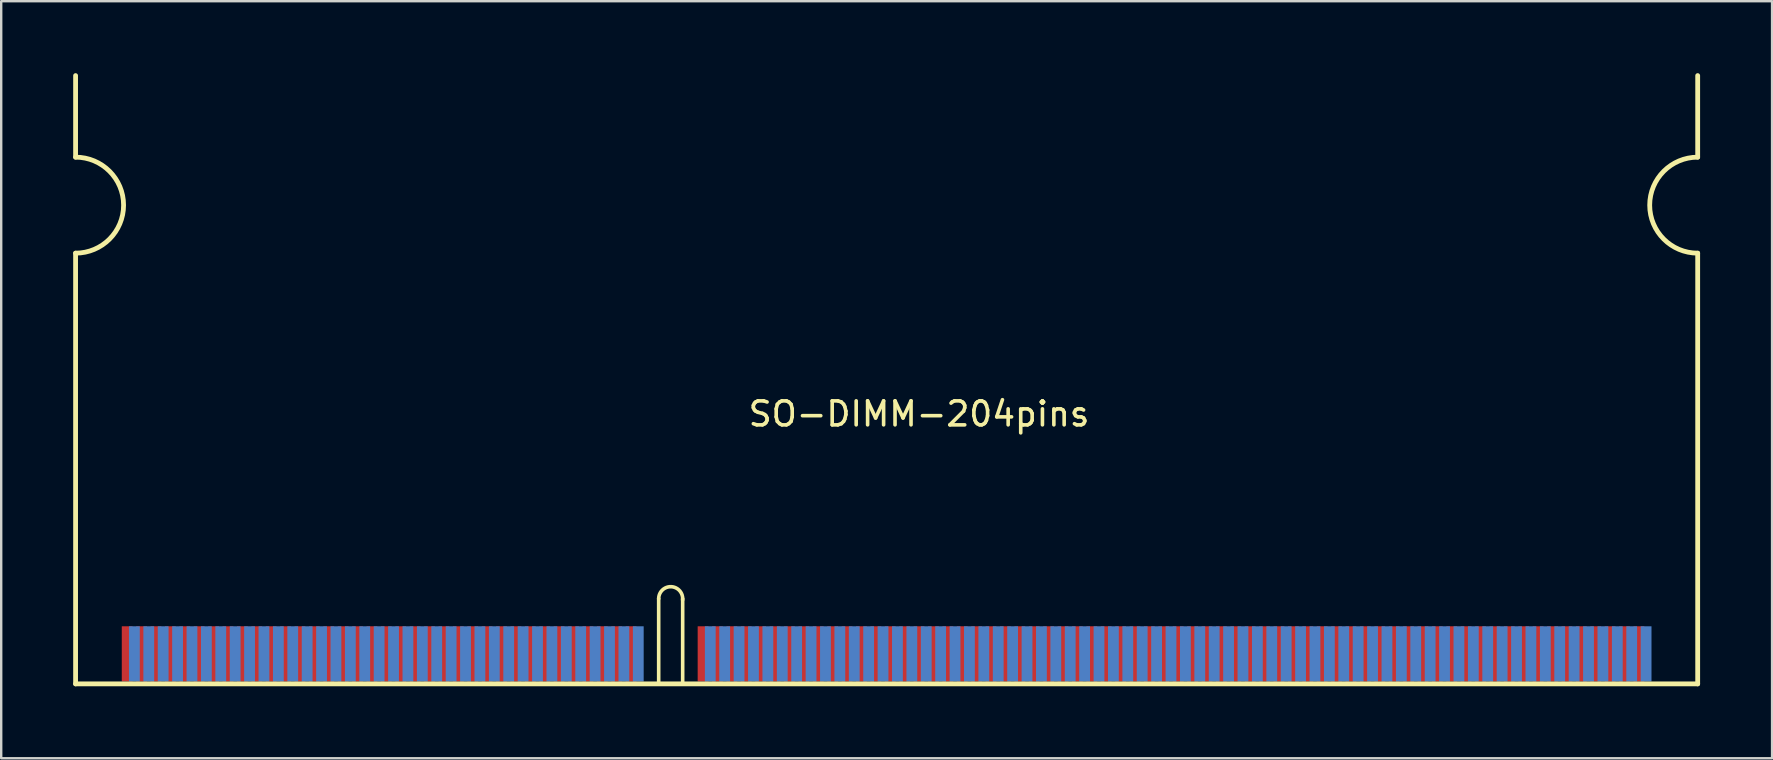
<source format=kicad_pcb>
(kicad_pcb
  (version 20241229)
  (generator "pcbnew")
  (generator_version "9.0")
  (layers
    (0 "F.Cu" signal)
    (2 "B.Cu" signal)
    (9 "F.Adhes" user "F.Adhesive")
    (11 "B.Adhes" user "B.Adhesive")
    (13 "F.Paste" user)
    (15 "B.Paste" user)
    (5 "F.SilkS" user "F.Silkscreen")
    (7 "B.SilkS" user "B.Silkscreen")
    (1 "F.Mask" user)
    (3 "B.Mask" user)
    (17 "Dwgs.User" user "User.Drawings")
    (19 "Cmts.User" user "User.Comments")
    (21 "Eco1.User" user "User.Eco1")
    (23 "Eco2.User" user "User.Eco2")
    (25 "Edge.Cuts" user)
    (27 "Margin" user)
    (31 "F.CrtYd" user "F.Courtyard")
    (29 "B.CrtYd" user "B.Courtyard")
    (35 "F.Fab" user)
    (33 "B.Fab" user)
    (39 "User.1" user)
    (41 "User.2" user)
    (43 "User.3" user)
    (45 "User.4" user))
  (footprint "SO-DIMM-204pins"
    (layer "F.Cu")
    (at 2.25 24.2)
    (property "Reference" "SO-DIMM-204pins" (at 33 -10 0) (layer "F.SilkS") (effects (font (size 1 1) (thickness 0.15))))
    (attr through_hole)
    (fp_line (start -2.15 -20.7) (end -2.15 -24.1) (stroke (width 0.2) (type solid)) (layer "F.SilkS"))
    (fp_line (start -2.15 1.25) (end -2.15 -16.7) (stroke (width 0.2) (type solid)) (layer "F.SilkS"))
    (fp_line (start -2.15 1.25) (end 65.45 1.25) (stroke (width 0.2) (type solid)) (layer "F.SilkS"))
    (fp_line (start 22.15 1.2) (end 22.15 -2.3) (stroke (width 0.15) (type solid)) (layer "F.SilkS"))
    (fp_line (start 23.15 1.2) (end 23.15 -2.3) (stroke (width 0.15) (type solid)) (layer "F.SilkS"))
    (fp_line (start 65.45 -20.7) (end 65.45 -24.1) (stroke (width 0.2) (type solid)) (layer "F.SilkS"))
    (fp_line (start 65.45 1.25) (end 65.45 -16.7) (stroke (width 0.2) (type solid)) (layer "F.SilkS"))
    (fp_arc (start -2.15 -20.7) (mid -0.15 -18.7) (end -2.15 -16.7) (stroke (width 0.2) (type solid)) (layer "F.SilkS"))
    (fp_arc (start 22.15 -2.3) (mid 22.674861 -2.799382) (end 23.147528 -2.25034) (stroke (width 0.15) (type solid)) (layer "F.SilkS"))
    (fp_arc (start 65.45 -16.7) (mid 63.45 -18.7) (end 65.45 -20.7) (stroke (width 0.2) (type solid)) (layer "F.SilkS"))
    (pad "1" smd rect (at 0 0) (size 0.45 2.3) (layers "F.Cu" "F.Mask" "F.Paste"))
    (pad "2" smd rect (at 0.3 0) (size 0.45 2.3) (layers "B.Cu" "B.Mask" "B.Paste"))
    (pad "3" smd rect (at 0.6 0) (size 0.45 2.3) (layers "F.Cu" "F.Mask" "F.Paste"))
    (pad "4" smd rect (at 0.9 0) (size 0.45 2.3) (layers "B.Cu" "B.Mask" "B.Paste"))
    (pad "5" smd rect (at 1.2 0) (size 0.45 2.3) (layers "F.Cu" "F.Mask" "F.Paste"))
    (pad "6" smd rect (at 1.5 0) (size 0.45 2.3) (layers "B.Cu" "B.Mask" "B.Paste"))
    (pad "7" smd rect (at 1.8 0) (size 0.45 2.3) (layers "F.Cu" "F.Mask" "F.Paste"))
    (pad "8" smd rect (at 2.1 0) (size 0.45 2.3) (layers "B.Cu" "B.Mask" "B.Paste"))
    (pad "9" smd rect (at 2.4 0) (size 0.45 2.3) (layers "F.Cu" "F.Mask" "F.Paste"))
    (pad "10" smd rect (at 2.7 0) (size 0.45 2.3) (layers "B.Cu" "B.Mask" "B.Paste"))
    (pad "11" smd rect (at 3 0) (size 0.45 2.3) (layers "F.Cu" "F.Mask" "F.Paste"))
    (pad "12" smd rect (at 3.3 0) (size 0.45 2.3) (layers "B.Cu" "B.Mask" "B.Paste"))
    (pad "13" smd rect (at 3.6 0) (size 0.45 2.3) (layers "F.Cu" "F.Mask" "F.Paste"))
    (pad "14" smd rect (at 3.9 0) (size 0.45 2.3) (layers "B.Cu" "B.Mask" "B.Paste"))
    (pad "15" smd rect (at 4.2 0) (size 0.45 2.3) (layers "F.Cu" "F.Mask" "F.Paste"))
    (pad "16" smd rect (at 4.5 0) (size 0.45 2.3) (layers "B.Cu" "B.Mask" "B.Paste"))
    (pad "17" smd rect (at 4.8 0) (size 0.45 2.3) (layers "F.Cu" "F.Mask" "F.Paste"))
    (pad "18" smd rect (at 5.1 0) (size 0.45 2.3) (layers "B.Cu" "B.Mask" "B.Paste"))
    (pad "19" smd rect (at 5.4 0) (size 0.45 2.3) (layers "F.Cu" "F.Mask" "F.Paste"))
    (pad "20" smd rect (at 5.7 0) (size 0.45 2.3) (layers "B.Cu" "B.Mask" "B.Paste"))
    (pad "21" smd rect (at 6 0) (size 0.45 2.3) (layers "F.Cu" "F.Mask" "F.Paste"))
    (pad "22" smd rect (at 6.3 0) (size 0.45 2.3) (layers "B.Cu" "B.Mask" "B.Paste"))
    (pad "23" smd rect (at 6.6 0) (size 0.45 2.3) (layers "F.Cu" "F.Mask" "F.Paste"))
    (pad "24" smd rect (at 6.9 0) (size 0.45 2.3) (layers "B.Cu" "B.Mask" "B.Paste"))
    (pad "25" smd rect (at 7.2 0) (size 0.45 2.3) (layers "F.Cu" "F.Mask" "F.Paste"))
    (pad "26" smd rect (at 7.5 0) (size 0.45 2.3) (layers "B.Cu" "B.Mask" "B.Paste"))
    (pad "27" smd rect (at 7.8 0) (size 0.45 2.3) (layers "F.Cu" "F.Mask" "F.Paste"))
    (pad "28" smd rect (at 8.1 0) (size 0.45 2.3) (layers "B.Cu" "B.Mask" "B.Paste"))
    (pad "29" smd rect (at 8.4 0) (size 0.45 2.3) (layers "F.Cu" "F.Mask" "F.Paste"))
    (pad "30" smd rect (at 8.7 0) (size 0.45 2.3) (layers "B.Cu" "B.Mask" "B.Paste"))
    (pad "31" smd rect (at 9 0) (size 0.45 2.3) (layers "F.Cu" "F.Mask" "F.Paste"))
    (pad "32" smd rect (at 9.3 0) (size 0.45 2.3) (layers "B.Cu" "B.Mask" "B.Paste"))
    (pad "33" smd rect (at 9.6 0) (size 0.45 2.3) (layers "F.Cu" "F.Mask" "F.Paste"))
    (pad "34" smd rect (at 9.9 0) (size 0.45 2.3) (layers "B.Cu" "B.Mask" "B.Paste"))
    (pad "35" smd rect (at 10.2 0) (size 0.45 2.3) (layers "F.Cu" "F.Mask" "F.Paste"))
    (pad "36" smd rect (at 10.5 0) (size 0.45 2.3) (layers "B.Cu" "B.Mask" "B.Paste"))
    (pad "37" smd rect (at 10.8 0) (size 0.45 2.3) (layers "F.Cu" "F.Mask" "F.Paste"))
    (pad "38" smd rect (at 11.1 0) (size 0.45 2.3) (layers "B.Cu" "B.Mask" "B.Paste"))
    (pad "39" smd rect (at 11.4 0) (size 0.45 2.3) (layers "F.Cu" "F.Mask" "F.Paste"))
    (pad "40" smd rect (at 11.7 0) (size 0.45 2.3) (layers "B.Cu" "B.Mask" "B.Paste"))
    (pad "41" smd rect (at 12 0) (size 0.45 2.3) (layers "F.Cu" "F.Mask" "F.Paste"))
    (pad "42" smd rect (at 12.3 0) (size 0.45 2.3) (layers "B.Cu" "B.Mask" "B.Paste"))
    (pad "43" smd rect (at 12.6 0) (size 0.45 2.3) (layers "F.Cu" "F.Mask" "F.Paste"))
    (pad "44" smd rect (at 12.9 0) (size 0.45 2.3) (layers "B.Cu" "B.Mask" "B.Paste"))
    (pad "45" smd rect (at 13.2 0) (size 0.45 2.3) (layers "F.Cu" "F.Mask" "F.Paste"))
    (pad "46" smd rect (at 13.5 0) (size 0.45 2.3) (layers "B.Cu" "B.Mask" "B.Paste"))
    (pad "47" smd rect (at 13.8 0) (size 0.45 2.3) (layers "F.Cu" "F.Mask" "F.Paste"))
    (pad "48" smd rect (at 14.1 0) (size 0.45 2.3) (layers "B.Cu" "B.Mask" "B.Paste"))
    (pad "49" smd rect (at 14.4 0) (size 0.45 2.3) (layers "F.Cu" "F.Mask" "F.Paste"))
    (pad "50" smd rect (at 14.7 0) (size 0.45 2.3) (layers "B.Cu" "B.Mask" "B.Paste"))
    (pad "51" smd rect (at 15 0) (size 0.45 2.3) (layers "F.Cu" "F.Mask" "F.Paste"))
    (pad "52" smd rect (at 15.3 0) (size 0.45 2.3) (layers "B.Cu" "B.Mask" "B.Paste"))
    (pad "53" smd rect (at 15.6 0) (size 0.45 2.3) (layers "F.Cu" "F.Mask" "F.Paste"))
    (pad "54" smd rect (at 15.9 0) (size 0.45 2.3) (layers "B.Cu" "B.Mask" "B.Paste"))
    (pad "55" smd rect (at 16.2 0) (size 0.45 2.3) (layers "F.Cu" "F.Mask" "F.Paste"))
    (pad "56" smd rect (at 16.5 0) (size 0.45 2.3) (layers "B.Cu" "B.Mask" "B.Paste"))
    (pad "57" smd rect (at 16.8 0) (size 0.45 2.3) (layers "F.Cu" "F.Mask" "F.Paste"))
    (pad "58" smd rect (at 17.1 0) (size 0.45 2.3) (layers "B.Cu" "B.Mask" "B.Paste"))
    (pad "59" smd rect (at 17.4 0) (size 0.45 2.3) (layers "F.Cu" "F.Mask" "F.Paste"))
    (pad "60" smd rect (at 17.7 0) (size 0.45 2.3) (layers "B.Cu" "B.Mask" "B.Paste"))
    (pad "61" smd rect (at 18 0) (size 0.45 2.3) (layers "F.Cu" "F.Mask" "F.Paste"))
    (pad "62" smd rect (at 18.3 0) (size 0.45 2.3) (layers "B.Cu" "B.Mask" "B.Paste"))
    (pad "63" smd rect (at 18.6 0) (size 0.45 2.3) (layers "F.Cu" "F.Mask" "F.Paste"))
    (pad "64" smd rect (at 18.9 0) (size 0.45 2.3) (layers "B.Cu" "B.Mask" "B.Paste"))
    (pad "65" smd rect (at 19.2 0) (size 0.45 2.3) (layers "F.Cu" "F.Mask" "F.Paste"))
    (pad "66" smd rect (at 19.5 0) (size 0.45 2.3) (layers "B.Cu" "B.Mask" "B.Paste"))
    (pad "67" smd rect (at 19.8 0) (size 0.45 2.3) (layers "F.Cu" "F.Mask" "F.Paste"))
    (pad "68" smd rect (at 20.1 0) (size 0.45 2.3) (layers "B.Cu" "B.Mask" "B.Paste"))
    (pad "69" smd rect (at 20.4 0) (size 0.45 2.3) (layers "F.Cu" "F.Mask" "F.Paste"))
    (pad "70" smd rect (at 20.7 0) (size 0.45 2.3) (layers "B.Cu" "B.Mask" "B.Paste"))
    (pad "71" smd rect (at 21 0) (size 0.45 2.3) (layers "F.Cu" "F.Mask" "F.Paste"))
    (pad "72" smd rect (at 21.3 0) (size 0.45 2.3) (layers "B.Cu" "B.Mask" "B.Paste"))
    (pad "73" smd rect (at 24 0) (size 0.45 2.3) (layers "F.Cu" "F.Mask" "F.Paste"))
    (pad "74" smd rect (at 24.3 0) (size 0.45 2.3) (layers "B.Cu" "B.Mask" "B.Paste"))
    (pad "75" smd rect (at 24.6 0) (size 0.45 2.3) (layers "F.Cu" "F.Mask" "F.Paste"))
    (pad "76" smd rect (at 24.9 0) (size 0.45 2.3) (layers "B.Cu" "B.Mask" "B.Paste"))
    (pad "77" smd rect (at 25.2 0) (size 0.45 2.3) (layers "F.Cu" "F.Mask" "F.Paste"))
    (pad "78" smd rect (at 25.5 0) (size 0.45 2.3) (layers "B.Cu" "B.Mask" "B.Paste"))
    (pad "79" smd rect (at 25.8 0) (size 0.45 2.3) (layers "F.Cu" "F.Mask" "F.Paste"))
    (pad "80" smd rect (at 26.1 0) (size 0.45 2.3) (layers "B.Cu" "B.Mask" "B.Paste"))
    (pad "81" smd rect (at 26.4 0) (size 0.45 2.3) (layers "F.Cu" "F.Mask" "F.Paste"))
    (pad "82" smd rect (at 26.7 0) (size 0.45 2.3) (layers "B.Cu" "B.Mask" "B.Paste"))
    (pad "83" smd rect (at 27 0) (size 0.45 2.3) (layers "F.Cu" "F.Mask" "F.Paste"))
    (pad "84" smd rect (at 27.3 0) (size 0.45 2.3) (layers "B.Cu" "B.Mask" "B.Paste"))
    (pad "85" smd rect (at 27.6 0) (size 0.45 2.3) (layers "F.Cu" "F.Mask" "F.Paste"))
    (pad "86" smd rect (at 27.9 0) (size 0.45 2.3) (layers "B.Cu" "B.Mask" "B.Paste"))
    (pad "87" smd rect (at 28.2 0) (size 0.45 2.3) (layers "F.Cu" "F.Mask" "F.Paste"))
    (pad "88" smd rect (at 28.5 0) (size 0.45 2.3) (layers "B.Cu" "B.Mask" "B.Paste"))
    (pad "89" smd rect (at 28.8 0) (size 0.45 2.3) (layers "F.Cu" "F.Mask" "F.Paste"))
    (pad "90" smd rect (at 29.1 0) (size 0.45 2.3) (layers "B.Cu" "B.Mask" "B.Paste"))
    (pad "91" smd rect (at 29.4 0) (size 0.45 2.3) (layers "F.Cu" "F.Mask" "F.Paste"))
    (pad "92" smd rect (at 29.7 0) (size 0.45 2.3) (layers "B.Cu" "B.Mask" "B.Paste"))
    (pad "93" smd rect (at 30 0) (size 0.45 2.3) (layers "F.Cu" "F.Mask" "F.Paste"))
    (pad "94" smd rect (at 30.3 0) (size 0.45 2.3) (layers "B.Cu" "B.Mask" "B.Paste"))
    (pad "95" smd rect (at 30.6 0) (size 0.45 2.3) (layers "F.Cu" "F.Mask" "F.Paste"))
    (pad "96" smd rect (at 30.9 0) (size 0.45 2.3) (layers "B.Cu" "B.Mask" "B.Paste"))
    (pad "97" smd rect (at 31.2 0) (size 0.45 2.3) (layers "F.Cu" "F.Mask" "F.Paste"))
    (pad "98" smd rect (at 31.5 0) (size 0.45 2.3) (layers "B.Cu" "B.Mask" "B.Paste"))
    (pad "99" smd rect (at 31.8 0) (size 0.45 2.3) (layers "F.Cu" "F.Mask" "F.Paste"))
    (pad "100" smd rect (at 32.1 0) (size 0.45 2.3) (layers "B.Cu" "B.Mask" "B.Paste"))
    (pad "101" smd rect (at 32.4 0) (size 0.45 2.3) (layers "F.Cu" "F.Mask" "F.Paste"))
    (pad "102" smd rect (at 32.7 0) (size 0.45 2.3) (layers "B.Cu" "B.Mask" "B.Paste"))
    (pad "103" smd rect (at 33 0) (size 0.45 2.3) (layers "F.Cu" "F.Mask" "F.Paste"))
    (pad "104" smd rect (at 33.3 0) (size 0.45 2.3) (layers "B.Cu" "B.Mask" "B.Paste"))
    (pad "105" smd rect (at 33.6 0) (size 0.45 2.3) (layers "F.Cu" "F.Mask" "F.Paste"))
    (pad "106" smd rect (at 33.9 0) (size 0.45 2.3) (layers "B.Cu" "B.Mask" "B.Paste"))
    (pad "107" smd rect (at 34.2 0) (size 0.45 2.3) (layers "F.Cu" "F.Mask" "F.Paste"))
    (pad "108" smd rect (at 34.5 0) (size 0.45 2.3) (layers "B.Cu" "B.Mask" "B.Paste"))
    (pad "109" smd rect (at 34.8 0) (size 0.45 2.3) (layers "F.Cu" "F.Mask" "F.Paste"))
    (pad "110" smd rect (at 35.1 0) (size 0.45 2.3) (layers "B.Cu" "B.Mask" "B.Paste"))
    (pad "111" smd rect (at 35.4 0) (size 0.45 2.3) (layers "F.Cu" "F.Mask" "F.Paste"))
    (pad "112" smd rect (at 35.7 0) (size 0.45 2.3) (layers "B.Cu" "B.Mask" "B.Paste"))
    (pad "113" smd rect (at 36 0) (size 0.45 2.3) (layers "F.Cu" "F.Mask" "F.Paste"))
    (pad "114" smd rect (at 36.3 0) (size 0.45 2.3) (layers "B.Cu" "B.Mask" "B.Paste"))
    (pad "115" smd rect (at 36.6 0) (size 0.45 2.3) (layers "F.Cu" "F.Mask" "F.Paste"))
    (pad "116" smd rect (at 36.9 0) (size 0.45 2.3) (layers "B.Cu" "B.Mask" "B.Paste"))
    (pad "117" smd rect (at 37.2 0) (size 0.45 2.3) (layers "F.Cu" "F.Mask" "F.Paste"))
    (pad "118" smd rect (at 37.5 0) (size 0.45 2.3) (layers "B.Cu" "B.Mask" "B.Paste"))
    (pad "119" smd rect (at 37.8 0) (size 0.45 2.3) (layers "F.Cu" "F.Mask" "F.Paste"))
    (pad "120" smd rect (at 38.1 0) (size 0.45 2.3) (layers "B.Cu" "B.Mask" "B.Paste"))
    (pad "121" smd rect (at 38.4 0) (size 0.45 2.3) (layers "F.Cu" "F.Mask" "F.Paste"))
    (pad "122" smd rect (at 38.7 0) (size 0.45 2.3) (layers "B.Cu" "B.Mask" "B.Paste"))
    (pad "123" smd rect (at 39 0) (size 0.45 2.3) (layers "F.Cu" "F.Mask" "F.Paste"))
    (pad "124" smd rect (at 39.3 0) (size 0.45 2.3) (layers "B.Cu" "B.Mask" "B.Paste"))
    (pad "125" smd rect (at 39.6 0) (size 0.45 2.3) (layers "F.Cu" "F.Mask" "F.Paste"))
    (pad "126" smd rect (at 39.9 0) (size 0.45 2.3) (layers "B.Cu" "B.Mask" "B.Paste"))
    (pad "127" smd rect (at 40.2 0) (size 0.45 2.3) (layers "F.Cu" "F.Mask" "F.Paste"))
    (pad "128" smd rect (at 40.5 0) (size 0.45 2.3) (layers "B.Cu" "B.Mask" "B.Paste"))
    (pad "129" smd rect (at 40.8 0) (size 0.45 2.3) (layers "F.Cu" "F.Mask" "F.Paste"))
    (pad "130" smd rect (at 41.1 0) (size 0.45 2.3) (layers "B.Cu" "B.Mask" "B.Paste"))
    (pad "131" smd rect (at 41.4 0) (size 0.45 2.3) (layers "F.Cu" "F.Mask" "F.Paste"))
    (pad "132" smd rect (at 41.7 0) (size 0.45 2.3) (layers "B.Cu" "B.Mask" "B.Paste"))
    (pad "133" smd rect (at 42 0) (size 0.45 2.3) (layers "F.Cu" "F.Mask" "F.Paste"))
    (pad "134" smd rect (at 42.3 0) (size 0.45 2.3) (layers "B.Cu" "B.Mask" "B.Paste"))
    (pad "135" smd rect (at 42.6 0) (size 0.45 2.3) (layers "F.Cu" "F.Mask" "F.Paste"))
    (pad "136" smd rect (at 42.9 0) (size 0.45 2.3) (layers "B.Cu" "B.Mask" "B.Paste"))
    (pad "137" smd rect (at 43.2 0) (size 0.45 2.3) (layers "F.Cu" "F.Mask" "F.Paste"))
    (pad "138" smd rect (at 43.5 0) (size 0.45 2.3) (layers "B.Cu" "B.Mask" "B.Paste"))
    (pad "139" smd rect (at 43.8 0) (size 0.45 2.3) (layers "F.Cu" "F.Mask" "F.Paste"))
    (pad "140" smd rect (at 44.1 0) (size 0.45 2.3) (layers "B.Cu" "B.Mask" "B.Paste"))
    (pad "141" smd rect (at 44.4 0) (size 0.45 2.3) (layers "F.Cu" "F.Mask" "F.Paste"))
    (pad "142" smd rect (at 44.7 0) (size 0.45 2.3) (layers "B.Cu" "B.Mask" "B.Paste"))
    (pad "143" smd rect (at 45 0) (size 0.45 2.3) (layers "F.Cu" "F.Mask" "F.Paste"))
    (pad "144" smd rect (at 45.3 0) (size 0.45 2.3) (layers "B.Cu" "B.Mask" "B.Paste"))
    (pad "145" smd rect (at 45.6 0) (size 0.45 2.3) (layers "F.Cu" "F.Mask" "F.Paste"))
    (pad "146" smd rect (at 45.9 0) (size 0.45 2.3) (layers "B.Cu" "B.Mask" "B.Paste"))
    (pad "147" smd rect (at 46.2 0) (size 0.45 2.3) (layers "F.Cu" "F.Mask" "F.Paste"))
    (pad "148" smd rect (at 46.5 0) (size 0.45 2.3) (layers "B.Cu" "B.Mask" "B.Paste"))
    (pad "149" smd rect (at 46.8 0) (size 0.45 2.3) (layers "F.Cu" "F.Mask" "F.Paste"))
    (pad "150" smd rect (at 47.1 0) (size 0.45 2.3) (layers "B.Cu" "B.Mask" "B.Paste"))
    (pad "151" smd rect (at 47.4 0) (size 0.45 2.3) (layers "F.Cu" "F.Mask" "F.Paste"))
    (pad "152" smd rect (at 47.7 0) (size 0.45 2.3) (layers "B.Cu" "B.Mask" "B.Paste"))
    (pad "153" smd rect (at 48 0) (size 0.45 2.3) (layers "F.Cu" "F.Mask" "F.Paste"))
    (pad "154" smd rect (at 48.3 0) (size 0.45 2.3) (layers "B.Cu" "B.Mask" "B.Paste"))
    (pad "155" smd rect (at 48.6 0) (size 0.45 2.3) (layers "F.Cu" "F.Mask" "F.Paste"))
    (pad "156" smd rect (at 48.9 0) (size 0.45 2.3) (layers "B.Cu" "B.Mask" "B.Paste"))
    (pad "157" smd rect (at 49.2 0) (size 0.45 2.3) (layers "F.Cu" "F.Mask" "F.Paste"))
    (pad "158" smd rect (at 49.5 0) (size 0.45 2.3) (layers "B.Cu" "B.Mask" "B.Paste"))
    (pad "159" smd rect (at 49.8 0) (size 0.45 2.3) (layers "F.Cu" "F.Mask" "F.Paste"))
    (pad "160" smd rect (at 50.1 0) (size 0.45 2.3) (layers "B.Cu" "B.Mask" "B.Paste"))
    (pad "161" smd rect (at 50.4 0) (size 0.45 2.3) (layers "F.Cu" "F.Mask" "F.Paste"))
    (pad "162" smd rect (at 50.7 0) (size 0.45 2.3) (layers "B.Cu" "B.Mask" "B.Paste"))
    (pad "163" smd rect (at 51 0) (size 0.45 2.3) (layers "F.Cu" "F.Mask" "F.Paste"))
    (pad "164" smd rect (at 51.3 0) (size 0.45 2.3) (layers "B.Cu" "B.Mask" "B.Paste"))
    (pad "165" smd rect (at 51.6 0) (size 0.45 2.3) (layers "F.Cu" "F.Mask" "F.Paste"))
    (pad "166" smd rect (at 51.9 0) (size 0.45 2.3) (layers "B.Cu" "B.Mask" "B.Paste"))
    (pad "167" smd rect (at 52.2 0) (size 0.45 2.3) (layers "F.Cu" "F.Mask" "F.Paste"))
    (pad "168" smd rect (at 52.5 0) (size 0.45 2.3) (layers "B.Cu" "B.Mask" "B.Paste"))
    (pad "169" smd rect (at 52.8 0) (size 0.45 2.3) (layers "F.Cu" "F.Mask" "F.Paste"))
    (pad "170" smd rect (at 53.1 0) (size 0.45 2.3) (layers "B.Cu" "B.Mask" "B.Paste"))
    (pad "171" smd rect (at 53.4 0) (size 0.45 2.3) (layers "F.Cu" "F.Mask" "F.Paste"))
    (pad "172" smd rect (at 53.7 0) (size 0.45 2.3) (layers "B.Cu" "B.Mask" "B.Paste"))
    (pad "173" smd rect (at 54 0) (size 0.45 2.3) (layers "F.Cu" "F.Mask" "F.Paste"))
    (pad "174" smd rect (at 54.3 0) (size 0.45 2.3) (layers "B.Cu" "B.Mask" "B.Paste"))
    (pad "175" smd rect (at 54.6 0) (size 0.45 2.3) (layers "F.Cu" "F.Mask" "F.Paste"))
    (pad "176" smd rect (at 54.9 0) (size 0.45 2.3) (layers "B.Cu" "B.Mask" "B.Paste"))
    (pad "177" smd rect (at 55.2 0) (size 0.45 2.3) (layers "F.Cu" "F.Mask" "F.Paste"))
    (pad "178" smd rect (at 55.5 0) (size 0.45 2.3) (layers "B.Cu" "B.Mask" "B.Paste"))
    (pad "179" smd rect (at 55.8 0) (size 0.45 2.3) (layers "F.Cu" "F.Mask" "F.Paste"))
    (pad "180" smd rect (at 56.1 0) (size 0.45 2.3) (layers "B.Cu" "B.Mask" "B.Paste"))
    (pad "181" smd rect (at 56.4 0) (size 0.45 2.3) (layers "F.Cu" "F.Mask" "F.Paste"))
    (pad "182" smd rect (at 56.7 0) (size 0.45 2.3) (layers "B.Cu" "B.Mask" "B.Paste"))
    (pad "183" smd rect (at 57 0) (size 0.45 2.3) (layers "F.Cu" "F.Mask" "F.Paste"))
    (pad "184" smd rect (at 57.3 0) (size 0.45 2.3) (layers "B.Cu" "B.Mask" "B.Paste"))
    (pad "185" smd rect (at 57.6 0) (size 0.45 2.3) (layers "F.Cu" "F.Mask" "F.Paste"))
    (pad "186" smd rect (at 57.9 0) (size 0.45 2.3) (layers "B.Cu" "B.Mask" "B.Paste"))
    (pad "187" smd rect (at 58.2 0) (size 0.45 2.3) (layers "F.Cu" "F.Mask" "F.Paste"))
    (pad "188" smd rect (at 58.5 0) (size 0.45 2.3) (layers "B.Cu" "B.Mask" "B.Paste"))
    (pad "189" smd rect (at 58.8 0) (size 0.45 2.3) (layers "F.Cu" "F.Mask" "F.Paste"))
    (pad "190" smd rect (at 59.1 0) (size 0.45 2.3) (layers "B.Cu" "B.Mask" "B.Paste"))
    (pad "191" smd rect (at 59.4 0) (size 0.45 2.3) (layers "F.Cu" "F.Mask" "F.Paste"))
    (pad "192" smd rect (at 59.7 0) (size 0.45 2.3) (layers "B.Cu" "B.Mask" "B.Paste"))
    (pad "193" smd rect (at 60 0) (size 0.45 2.3) (layers "F.Cu" "F.Mask" "F.Paste"))
    (pad "194" smd rect (at 60.3 0) (size 0.45 2.3) (layers "B.Cu" "B.Mask" "B.Paste"))
    (pad "195" smd rect (at 60.6 0) (size 0.45 2.3) (layers "F.Cu" "F.Mask" "F.Paste"))
    (pad "196" smd rect (at 60.9 0) (size 0.45 2.3) (layers "B.Cu" "B.Mask" "B.Paste"))
    (pad "197" smd rect (at 61.2 0) (size 0.45 2.3) (layers "F.Cu" "F.Mask" "F.Paste"))
    (pad "198" smd rect (at 61.5 0) (size 0.45 2.3) (layers "B.Cu" "B.Mask" "B.Paste"))
    (pad "199" smd rect (at 61.8 0) (size 0.45 2.3) (layers "F.Cu" "F.Mask" "F.Paste"))
    (pad "200" smd rect (at 62.1 0) (size 0.45 2.3) (layers "B.Cu" "B.Mask" "B.Paste"))
    (pad "201" smd rect (at 62.4 0) (size 0.45 2.3) (layers "F.Cu" "F.Mask" "F.Paste"))
    (pad "202" smd rect (at 62.7 0) (size 0.45 2.3) (layers "B.Cu" "B.Mask" "B.Paste"))
    (pad "203" smd rect (at 63 0) (size 0.45 2.3) (layers "F.Cu" "F.Mask" "F.Paste"))
    (pad "204" smd rect (at 63.3 0) (size 0.45 2.3) (layers "B.Cu" "B.Mask" "B.Paste")))
  (gr_rect
    (start -3 -3)
    (end 70.8 28.55)
    (stroke (width 0.1) (type default))
    (fill no)
    (layer "Edge.Cuts")))
</source>
